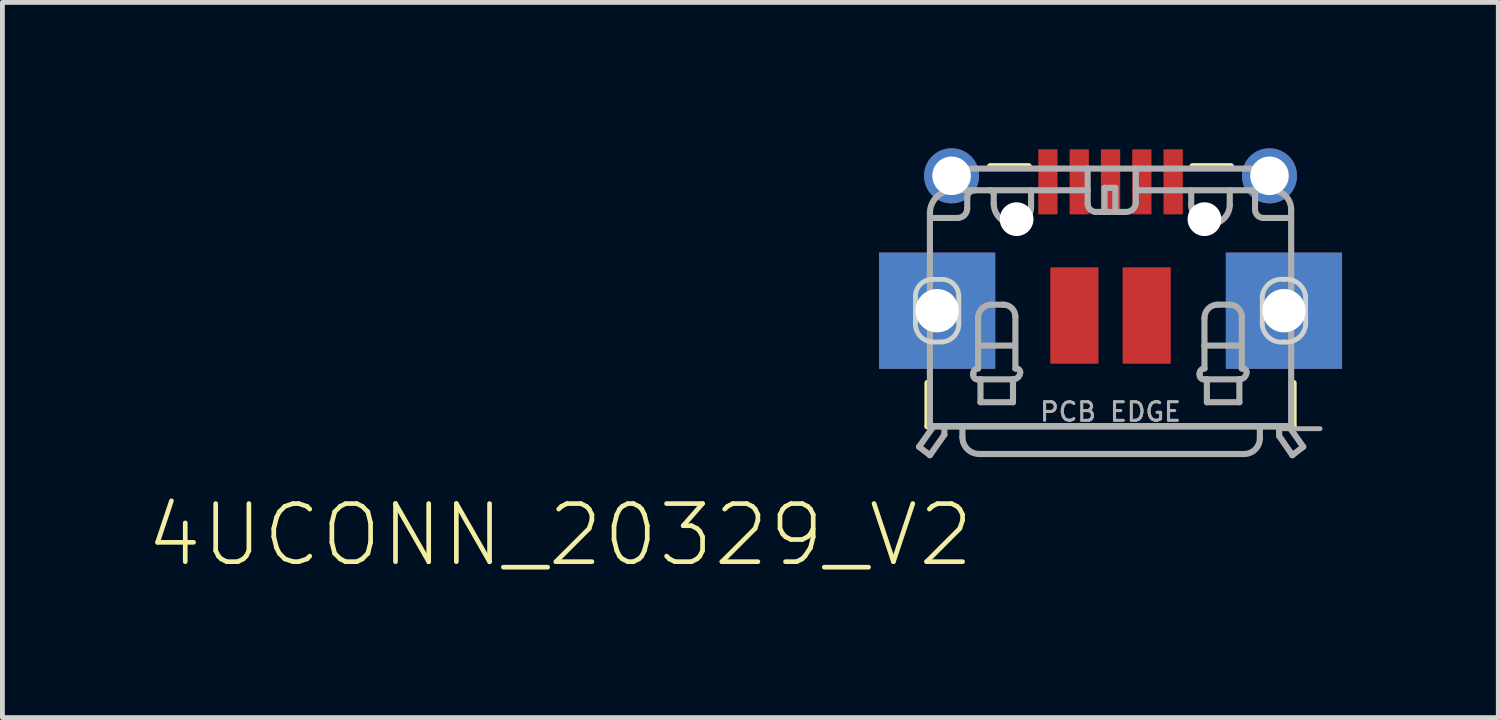
<source format=kicad_pcb>
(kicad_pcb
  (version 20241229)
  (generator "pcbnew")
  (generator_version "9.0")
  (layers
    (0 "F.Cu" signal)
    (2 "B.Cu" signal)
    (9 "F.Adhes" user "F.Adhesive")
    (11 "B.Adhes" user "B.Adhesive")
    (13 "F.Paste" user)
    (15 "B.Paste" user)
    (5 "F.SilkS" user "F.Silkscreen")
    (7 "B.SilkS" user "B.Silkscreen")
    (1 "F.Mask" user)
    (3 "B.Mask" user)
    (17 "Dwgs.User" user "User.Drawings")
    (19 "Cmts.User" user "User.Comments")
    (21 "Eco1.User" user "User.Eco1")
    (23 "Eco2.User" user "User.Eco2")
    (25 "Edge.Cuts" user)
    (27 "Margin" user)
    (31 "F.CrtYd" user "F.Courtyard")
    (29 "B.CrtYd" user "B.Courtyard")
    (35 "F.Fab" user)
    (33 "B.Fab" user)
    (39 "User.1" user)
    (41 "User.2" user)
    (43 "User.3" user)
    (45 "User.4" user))
  (footprint "4UCONN_20329_V2"
    (layer "F.Cu")
    (at 20.005 1.5)
    (property "Reference" "4UCONN_20329_V2" (at -2.778 5.852 180) (layer "F.SilkS") (effects (font (size 1.206 1.206) (thickness 0.097)) (justify right top)))
    (attr through_hole)
    (fp_poly (pts (xy -1.55 -0.05) (xy -1.05 -0.05) (xy -1.05 -1.5) (xy -1.55 -1.5)) (stroke (width 0) (type solid)) (fill yes) (layer "F.Mask"))
    (fp_poly (pts (xy -0.9 -0.05) (xy -0.4 -0.05) (xy -0.4 -1.5) (xy -0.9 -1.5)) (stroke (width 0) (type solid)) (fill yes) (layer "F.Mask"))
    (fp_poly (pts (xy -0.25 -0.05) (xy 0.25 -0.05) (xy 0.25 -1.5) (xy -0.25 -1.5)) (stroke (width 0) (type solid)) (fill yes) (layer "F.Mask"))
    (fp_poly (pts (xy 0.4 -0.05) (xy 0.9 -0.05) (xy 0.9 -1.5) (xy 0.4 -1.5)) (stroke (width 0) (type solid)) (fill yes) (layer "F.Mask"))
    (fp_poly (pts (xy 1.05 -0.05) (xy 1.55 -0.05) (xy 1.55 -1.5) (xy 1.05 -1.5)) (stroke (width 0) (type solid)) (fill yes) (layer "F.Mask"))
    (fp_line (start -3.8 3.4) (end -3.8 4.3) (stroke (width 0.127) (type solid)) (layer "F.SilkS"))
    (fp_line (start -3.8 4.3) (end 3.8 4.3) (stroke (width 0.127) (type solid)) (layer "F.SilkS"))
    (fp_line (start -2.5 -1.1) (end -1.7 -1.1) (stroke (width 0.127) (type solid)) (layer "F.SilkS"))
    (fp_line (start 1.7 -1.1) (end 2.5 -1.1) (stroke (width 0.127) (type solid)) (layer "F.SilkS"))
    (fp_line (start 3.8 4.3) (end 3.8 3.4) (stroke (width 0.127) (type solid)) (layer "F.SilkS"))
    (fp_poly (pts (xy -4.85 3.15) (xy -2.35 3.15) (xy -2.35 0.65) (xy -4.85 0.65)) (stroke (width 0) (type solid)) (fill yes) (layer "F.Paste"))
    (fp_poly (pts (xy -1.45 -0.15) (xy -1.15 -0.15) (xy -1.15 -1.4) (xy -1.45 -1.4)) (stroke (width 0) (type solid)) (fill yes) (layer "F.Paste"))
    (fp_poly (pts (xy -0.8 -0.15) (xy -0.5 -0.15) (xy -0.5 -1.4) (xy -0.8 -1.4)) (stroke (width 0) (type solid)) (fill yes) (layer "F.Paste"))
    (fp_poly (pts (xy -0.15 -0.15) (xy 0.15 -0.15) (xy 0.15 -1.4) (xy -0.15 -1.4)) (stroke (width 0) (type solid)) (fill yes) (layer "F.Paste"))
    (fp_poly (pts (xy 0.5 -0.15) (xy 0.8 -0.15) (xy 0.8 -1.4) (xy 0.5 -1.4)) (stroke (width 0) (type solid)) (fill yes) (layer "F.Paste"))
    (fp_poly (pts (xy 1.15 -0.15) (xy 1.45 -0.15) (xy 1.45 -1.4) (xy 1.15 -1.4)) (stroke (width 0) (type solid)) (fill yes) (layer "F.Paste"))
    (fp_poly (pts (xy 2.35 3.15) (xy 4.85 3.15) (xy 4.85 0.65) (xy 2.35 0.65)) (stroke (width 0) (type solid)) (fill yes) (layer "F.Paste"))
    (fp_poly (pts (xy -5.05 -0.9) (xy -5.014 -0.724) (xy -4.925 -0.567) (xy -4.793 -0.445) (xy -4.45 -0.35) (xy -3.35 -0.35) (xy -3.171 -0.37) (xy -3.007 -0.445) (xy -2.875 -0.567) (xy -2.786 -0.724) (xy -2.75 -0.9) (xy -2.786 -1.076) (xy -2.875 -1.233) (xy -3.007 -1.355) (xy -3.35 -1.45) (xy -4.45 -1.45) (xy -4.629 -1.43) (xy -4.793 -1.355) (xy -4.925 -1.233)) (stroke (width 0) (type solid)) (fill yes) (layer "F.Paste"))
    (fp_poly (pts (xy 2.75 -0.9) (xy 2.786 -0.724) (xy 2.875 -0.567) (xy 3.007 -0.445) (xy 3.35 -0.35) (xy 4.45 -0.35) (xy 4.629 -0.37) (xy 4.793 -0.445) (xy 4.925 -0.567) (xy 5.014 -0.724) (xy 5.05 -0.9) (xy 5.014 -1.076) (xy 4.925 -1.233) (xy 4.793 -1.355) (xy 4.45 -1.45) (xy 3.35 -1.45) (xy 3.171 -1.43) (xy 3.007 -1.355) (xy 2.875 -1.233)) (stroke (width 0) (type solid)) (fill yes) (layer "F.Paste"))
    (fp_line (start -4.05 2.15) (end -4.05 1.6) (stroke (width 0.1) (type solid)) (layer "Edge.Cuts"))
    (fp_line (start -3.7 1.25) (end -3.5 1.25) (stroke (width 0.1) (type solid)) (layer "Edge.Cuts"))
    (fp_line (start -3.5 2.55) (end -3.7 2.55) (stroke (width 0.1) (type solid)) (layer "Edge.Cuts"))
    (fp_line (start -3.15 1.6) (end -3.15 2.15) (stroke (width 0.1) (type solid)) (layer "Edge.Cuts"))
    (fp_line (start 3.15 2.2) (end 3.15 1.6) (stroke (width 0.1) (type solid)) (layer "Edge.Cuts"))
    (fp_line (start 4.05 1.6) (end 4.05 2.2) (stroke (width 0.1) (type solid)) (layer "Edge.Cuts"))
    (fp_arc (start -4.05 1.6) (mid -3.947487 1.352513) (end -3.7 1.25) (stroke (width 0.1) (type solid)) (layer "Edge.Cuts"))
    (fp_arc (start -3.7 2.55) (mid -3.957843 2.422487) (end -4.05 2.15) (stroke (width 0.1) (type solid)) (layer "Edge.Cuts"))
    (fp_arc (start -3.5 1.25) (mid -3.252513 1.352513) (end -3.15 1.6) (stroke (width 0.1) (type solid)) (layer "Edge.Cuts"))
    (fp_arc (start -3.15 2.15) (mid -3.242157 2.422487) (end -3.5 2.55) (stroke (width 0.1) (type solid)) (layer "Edge.Cuts"))
    (fp_arc (start 3.15 1.6) (mid 3.302513 1.331802) (end 3.6 1.25) (stroke (width 0.1) (type solid)) (layer "Edge.Cuts"))
    (fp_arc (start 3.6 1.25) (mid 3.897487 1.331802) (end 4.05 1.6) (stroke (width 0.1) (type solid)) (layer "Edge.Cuts"))
    (fp_arc (start 3.6 2.55) (mid 3.302513 2.468198) (end 3.15 2.2) (stroke (width 0.1) (type solid)) (layer "Edge.Cuts"))
    (fp_arc (start 4.05 2.2) (mid 3.897487 2.468198) (end 3.6 2.55) (stroke (width 0.1) (type solid)) (layer "Edge.Cuts"))
    (fp_line (start -3.975 4.725) (end -3.75 4.9) (stroke (width 0.127) (type solid)) (layer "F.Fab"))
    (fp_line (start -3.975 4.725) (end -3.675 4.3) (stroke (width 0.127) (type solid)) (layer "F.Fab"))
    (fp_line (start -3.75 -0.125) (end -3.75 4.3) (stroke (width 0.127) (type solid)) (layer "F.Fab"))
    (fp_line (start -3.75 4.3) (end -3.675 4.3) (stroke (width 0.127) (type solid)) (layer "F.Fab"))
    (fp_line (start -3.75 4.9) (end -3.45 4.475) (stroke (width 0.127) (type solid)) (layer "F.Fab"))
    (fp_line (start -3.725 -0.025) (end -3.175 -0.025) (stroke (width 0.127) (type solid)) (layer "F.Fab"))
    (fp_line (start -3.675 4.3) (end -3.45 4.3) (stroke (width 0.127) (type solid)) (layer "F.Fab"))
    (fp_line (start -3.575 -1.05) (end -0.475 -1.05) (stroke (width 0.127) (type solid)) (layer "F.Fab"))
    (fp_line (start -3.575 -0.75) (end -3.575 -1.05) (stroke (width 0.127) (type solid)) (layer "F.Fab"))
    (fp_line (start -3.45 4.3) (end -3.075 4.3) (stroke (width 0.127) (type solid)) (layer "F.Fab"))
    (fp_line (start -3.45 4.475) (end -3.45 4.3) (stroke (width 0.127) (type solid)) (layer "F.Fab"))
    (fp_line (start -3.425 -0.75) (end -3.575 -0.75) (stroke (width 0.127) (type solid)) (layer "F.Fab"))
    (fp_line (start -3.425 -0.625) (end -3.425 -0.75) (stroke (width 0.127) (type solid)) (layer "F.Fab"))
    (fp_line (start -3.075 4.3) (end -3.075 4.525) (stroke (width 0.127) (type solid)) (layer "F.Fab"))
    (fp_line (start -3.075 4.3) (end 3.1 4.3) (stroke (width 0.127) (type solid)) (layer "F.Fab"))
    (fp_line (start -2.975 -0.225) (end -2.975 -0.45) (stroke (width 0.127) (type solid)) (layer "F.Fab"))
    (fp_line (start -2.85 3.225) (end -2.85 3.2) (stroke (width 0.127) (type solid)) (layer "F.Fab"))
    (fp_line (start -2.825 -0.6) (end -3.275 -0.6) (stroke (width 0.127) (type solid)) (layer "F.Fab"))
    (fp_line (start -2.825 -0.6) (end -2.5 -0.6) (stroke (width 0.127) (type solid)) (layer "F.Fab"))
    (fp_line (start -2.75 2.625) (end -2.75 2.05) (stroke (width 0.127) (type solid)) (layer "F.Fab"))
    (fp_line (start -2.75 2.625) (end -2 2.625) (stroke (width 0.127) (type solid)) (layer "F.Fab"))
    (fp_line (start -2.75 3.1) (end -2.75 2.625) (stroke (width 0.127) (type solid)) (layer "F.Fab"))
    (fp_line (start -2.725 4.875) (end 2.775 4.875) (stroke (width 0.127) (type solid)) (layer "F.Fab"))
    (fp_line (start -2.7 3.325) (end -2.775 3.325) (stroke (width 0.127) (type solid)) (layer "F.Fab"))
    (fp_line (start -2.7 3.325) (end -2 3.325) (stroke (width 0.127) (type solid)) (layer "F.Fab"))
    (fp_line (start -2.7 3.8) (end -2.7 3.325) (stroke (width 0.127) (type solid)) (layer "F.Fab"))
    (fp_line (start -2.475 1.775) (end -2.225 1.775) (stroke (width 0.127) (type solid)) (layer "F.Fab"))
    (fp_line (start -2.425 -0.525) (end -2.425 -0.325) (stroke (width 0.127) (type solid)) (layer "F.Fab"))
    (fp_line (start -2.025 3.325) (end -2.025 3.8) (stroke (width 0.127) (type solid)) (layer "F.Fab"))
    (fp_line (start -2.025 3.8) (end -2.7 3.8) (stroke (width 0.127) (type solid)) (layer "F.Fab"))
    (fp_line (start -1.975 2.025) (end -1.975 3.1) (stroke (width 0.127) (type solid)) (layer "F.Fab"))
    (fp_line (start -1.975 3.1) (end -1.95 3.1) (stroke (width 0.127) (type solid)) (layer "F.Fab"))
    (fp_line (start -1.65 -0.6) (end -2.5 -0.6) (stroke (width 0.127) (type solid)) (layer "F.Fab"))
    (fp_line (start -1.65 -0.25) (end -1.65 -0.6) (stroke (width 0.127) (type solid)) (layer "F.Fab"))
    (fp_line (start -0.475 -1.05) (end 0.525 -1.05) (stroke (width 0.127) (type solid)) (layer "F.Fab"))
    (fp_line (start -0.475 -0.6) (end -1.65 -0.6) (stroke (width 0.127) (type solid)) (layer "F.Fab"))
    (fp_line (start -0.475 -0.6) (end -0.475 -1.05) (stroke (width 0.127) (type solid)) (layer "F.Fab"))
    (fp_line (start -0.475 -0.325) (end -0.475 -0.6) (stroke (width 0.127) (type solid)) (layer "F.Fab"))
    (fp_line (start -0.125 -0.65) (end 0.1 -0.65) (stroke (width 0.127) (type solid)) (layer "F.Fab"))
    (fp_line (start -0.125 -0.175) (end -0.125 -0.65) (stroke (width 0.127) (type solid)) (layer "F.Fab"))
    (fp_line (start 0.1 -0.65) (end 0.1 -0.175) (stroke (width 0.127) (type solid)) (layer "F.Fab"))
    (fp_line (start 0.325 -0.15) (end -0.3 -0.15) (stroke (width 0.127) (type solid)) (layer "F.Fab"))
    (fp_line (start 0.525 -1.05) (end 0.525 -0.6) (stroke (width 0.127) (type solid)) (layer "F.Fab"))
    (fp_line (start 0.525 -1.05) (end 3.6 -1.05) (stroke (width 0.127) (type solid)) (layer "F.Fab"))
    (fp_line (start 0.525 -0.6) (end 0.525 -0.35) (stroke (width 0.127) (type solid)) (layer "F.Fab"))
    (fp_line (start 1.675 -0.6) (end 0.525 -0.6) (stroke (width 0.127) (type solid)) (layer "F.Fab"))
    (fp_line (start 1.675 -0.6) (end 1.675 -0.3) (stroke (width 0.127) (type solid)) (layer "F.Fab"))
    (fp_line (start 1.85 3.225) (end 1.85 3.2) (stroke (width 0.127) (type solid)) (layer "F.Fab"))
    (fp_line (start 1.95 2.625) (end 1.95 2.05) (stroke (width 0.127) (type solid)) (layer "F.Fab"))
    (fp_line (start 1.95 2.625) (end 2.7 2.625) (stroke (width 0.127) (type solid)) (layer "F.Fab"))
    (fp_line (start 1.95 3.1) (end 1.95 2.625) (stroke (width 0.127) (type solid)) (layer "F.Fab"))
    (fp_line (start 2 3.325) (end 1.925 3.325) (stroke (width 0.127) (type solid)) (layer "F.Fab"))
    (fp_line (start 2 3.325) (end 2.7 3.325) (stroke (width 0.127) (type solid)) (layer "F.Fab"))
    (fp_line (start 2 3.8) (end 2 3.325) (stroke (width 0.127) (type solid)) (layer "F.Fab"))
    (fp_line (start 2.225 1.775) (end 2.475 1.775) (stroke (width 0.127) (type solid)) (layer "F.Fab"))
    (fp_line (start 2.475 -0.6) (end 1.675 -0.6) (stroke (width 0.127) (type solid)) (layer "F.Fab"))
    (fp_line (start 2.475 -0.6) (end 2.925 -0.6) (stroke (width 0.127) (type solid)) (layer "F.Fab"))
    (fp_line (start 2.475 -0.3) (end 2.475 -0.6) (stroke (width 0.127) (type solid)) (layer "F.Fab"))
    (fp_line (start 2.675 3.325) (end 2.675 3.8) (stroke (width 0.127) (type solid)) (layer "F.Fab"))
    (fp_line (start 2.675 3.8) (end 2 3.8) (stroke (width 0.127) (type solid)) (layer "F.Fab"))
    (fp_line (start 2.725 2.025) (end 2.725 3.1) (stroke (width 0.127) (type solid)) (layer "F.Fab"))
    (fp_line (start 2.725 3.1) (end 2.75 3.1) (stroke (width 0.127) (type solid)) (layer "F.Fab"))
    (fp_line (start 3 -0.525) (end 3 -0.2) (stroke (width 0.127) (type solid)) (layer "F.Fab"))
    (fp_line (start 3.1 4.3) (end 3.7 4.3) (stroke (width 0.127) (type solid)) (layer "F.Fab"))
    (fp_line (start 3.1 4.55) (end 3.1 4.3) (stroke (width 0.127) (type solid)) (layer "F.Fab"))
    (fp_line (start 3.175 -0.025) (end 3.725 -0.025) (stroke (width 0.127) (type solid)) (layer "F.Fab"))
    (fp_line (start 3.35 -0.775) (end 3.35 -0.6) (stroke (width 0.127) (type solid)) (layer "F.Fab"))
    (fp_line (start 3.35 -0.6) (end 2.925 -0.6) (stroke (width 0.127) (type solid)) (layer "F.Fab"))
    (fp_line (start 3.5 4.35) (end 4.35 4.35) (stroke (width 0.1) (type solid)) (layer "F.Fab"))
    (fp_line (start 3.5 4.5) (end 3.5 4.35) (stroke (width 0.127) (type solid)) (layer "F.Fab"))
    (fp_line (start 3.6 -1.05) (end 3.6 -0.775) (stroke (width 0.127) (type solid)) (layer "F.Fab"))
    (fp_line (start 3.6 -0.775) (end 3.35 -0.775) (stroke (width 0.127) (type solid)) (layer "F.Fab"))
    (fp_line (start 3.7 4.3) (end 3.75 4.3) (stroke (width 0.127) (type solid)) (layer "F.Fab"))
    (fp_line (start 3.7 4.3) (end 4 4.725) (stroke (width 0.127) (type solid)) (layer "F.Fab"))
    (fp_line (start 3.75 4.3) (end 3.75 -0.2) (stroke (width 0.127) (type solid)) (layer "F.Fab"))
    (fp_line (start 3.775 4.9) (end 3.5 4.5) (stroke (width 0.127) (type solid)) (layer "F.Fab"))
    (fp_line (start 4 4.725) (end 3.775 4.9) (stroke (width 0.127) (type solid)) (layer "F.Fab"))
    (fp_arc (start -3.750001 -0.124999) (mid -3.610876 -0.460875) (end -3.275 -0.6) (stroke (width 0.127) (type solid)) (layer "F.Fab"))
    (fp_arc (start -2.975 -0.45) (mid -2.931066 -0.556066) (end -2.825 -0.6) (stroke (width 0.127) (type solid)) (layer "F.Fab"))
    (fp_arc (start -2.975 -0.225) (mid -3.033579 -0.083579) (end -3.175 -0.025) (stroke (width 0.127) (type solid)) (layer "F.Fab"))
    (fp_arc (start -2.85 3.2) (mid -2.820711 3.129289) (end -2.75 3.1) (stroke (width 0.127) (type solid)) (layer "F.Fab"))
    (fp_arc (start -2.775 3.325) (mid -2.833211 3.290533) (end -2.85 3.225) (stroke (width 0.127) (type solid)) (layer "F.Fab"))
    (fp_arc (start -2.75 2.05) (mid -2.669454 1.855546) (end -2.475 1.775) (stroke (width 0.127) (type solid)) (layer "F.Fab"))
    (fp_arc (start -2.725 4.875) (mid -2.972487 4.772487) (end -3.075 4.525) (stroke (width 0.127) (type solid)) (layer "F.Fab"))
    (fp_arc (start -2.5 -0.6) (mid -2.446967 -0.578033) (end -2.425 -0.525) (stroke (width 0.127) (type solid)) (layer "F.Fab"))
    (fp_arc (start -2.225 1.775) (mid -2.048223 1.848223) (end -1.975 2.025) (stroke (width 0.127) (type solid)) (layer "F.Fab"))
    (fp_arc (start -2 0.1) (mid -2.30052 -0.02448) (end -2.425 -0.325) (stroke (width 0.127) (type solid)) (layer "F.Fab"))
    (fp_arc (start -1.95 3.1) (mid -1.896967 3.121967) (end -1.875 3.175) (stroke (width 0.127) (type solid)) (layer "F.Fab"))
    (fp_arc (start -1.875 3.175) (mid -1.918934 3.281066) (end -2.025 3.325) (stroke (width 0.127) (type solid)) (layer "F.Fab"))
    (fp_arc (start -1.65 -0.25) (mid -1.752513 -0.002513) (end -2 0.1) (stroke (width 0.127) (type solid)) (layer "F.Fab"))
    (fp_arc (start -0.3 -0.15) (mid -0.423744 -0.201256) (end -0.475 -0.325) (stroke (width 0.127) (type solid)) (layer "F.Fab"))
    (fp_arc (start 0.525 -0.35) (mid 0.466421 -0.208579) (end 0.325 -0.15) (stroke (width 0.127) (type solid)) (layer "F.Fab"))
    (fp_arc (start 1.85 3.2) (mid 1.879289 3.129289) (end 1.95 3.1) (stroke (width 0.127) (type solid)) (layer "F.Fab"))
    (fp_arc (start 1.925 3.325) (mid 1.866789 3.290533) (end 1.85 3.225) (stroke (width 0.127) (type solid)) (layer "F.Fab"))
    (fp_arc (start 1.95 2.05) (mid 2.030546 1.855546) (end 2.225 1.775) (stroke (width 0.127) (type solid)) (layer "F.Fab"))
    (fp_arc (start 2.075 0.1) (mid 1.792157 -0.017157) (end 1.675 -0.3) (stroke (width 0.127) (type solid)) (layer "F.Fab"))
    (fp_arc (start 2.475 -0.3) (mid 2.357843 -0.017157) (end 2.075 0.1) (stroke (width 0.127) (type solid)) (layer "F.Fab"))
    (fp_arc (start 2.475 1.775) (mid 2.651777 1.848223) (end 2.725 2.025) (stroke (width 0.127) (type solid)) (layer "F.Fab"))
    (fp_arc (start 2.75 3.1) (mid 2.803033 3.121967) (end 2.825 3.175) (stroke (width 0.127) (type solid)) (layer "F.Fab"))
    (fp_arc (start 2.825 3.175) (mid 2.781066 3.281066) (end 2.675 3.325) (stroke (width 0.127) (type solid)) (layer "F.Fab"))
    (fp_arc (start 2.925 -0.6) (mid 2.978033 -0.578033) (end 3 -0.525) (stroke (width 0.127) (type solid)) (layer "F.Fab"))
    (fp_arc (start 3.1 4.55) (mid 3.00481 4.77981) (end 2.775 4.875) (stroke (width 0.127) (type solid)) (layer "F.Fab"))
    (fp_arc (start 3.175 -0.025) (mid 3.051256 -0.076256) (end 3 -0.2) (stroke (width 0.127) (type solid)) (layer "F.Fab"))
    (fp_arc (start 3.349999 -0.599999) (mid 3.632842 -0.482842) (end 3.75 -0.2) (stroke (width 0.127) (type solid)) (layer "F.Fab"))
    (fp_text user "PCB EDGE" (at 0 4 0) (layer "F.Fab") (effects (font (size 0.386 0.386) (thickness 0.065))))
    (pad "" np_thru_hole circle (at -1.95 0) (size 0.7 0.7) (drill 0.7) (layers "*.Cu"))
    (pad "" np_thru_hole circle (at 1.95 0) (size 0.7 0.7) (drill 0.7) (layers "*.Cu"))
    (pad "BASE@1" smd rect (at -0.75 2 90) (size 2 1) (layers "F.Cu" "F.Mask" "F.Paste"))
    (pad "BASE@2" smd rect (at 0.75 2 90) (size 2 1) (layers "F.Cu" "F.Mask" "F.Paste"))
    (pad "D+" smd rect (at 0 -0.775) (size 0.4 1.35) (layers "F.Cu" "F.Mask"))
    (pad "D-" smd rect (at -0.65 -0.775) (size 0.4 1.35) (layers "F.Cu" "F.Mask"))
    (pad "GND" smd rect (at 1.3 -0.775) (size 0.4 1.35) (layers "F.Cu" "F.Mask"))
    (pad "ID" smd rect (at 0.65 -0.775) (size 0.4 1.35) (layers "F.Cu" "F.Mask"))
    (pad "SPRT@1" thru_hole circle (at -3.3 -0.9 180) (size 1.143 1.143) (drill 0.8) (layers "*.Cu" "*.Mask"))
    (pad "SPRT@2" thru_hole circle (at 3.3 -0.9) (size 1.143 1.143) (drill 0.8) (layers "*.Cu" "*.Mask"))
    (pad "SPRT@3" thru_hole rect (at -3.6 1.9 90) (size 2.413 2.413) (drill 0.9) (layers "*.Cu" "*.Mask"))
    (pad "SPRT@4" thru_hole rect (at 3.6 1.9 90) (size 2.413 2.413) (drill 0.9) (layers "*.Cu" "*.Mask"))
    (pad "VBUS" smd rect (at -1.3 -0.775) (size 0.4 1.35) (layers "F.Cu" "F.Mask")))
  (gr_rect
    (start -3 -3)
    (end 28.055 11.848)
    (stroke (width 0.1) (type default))
    (fill no)
    (layer "Edge.Cuts")))
</source>
